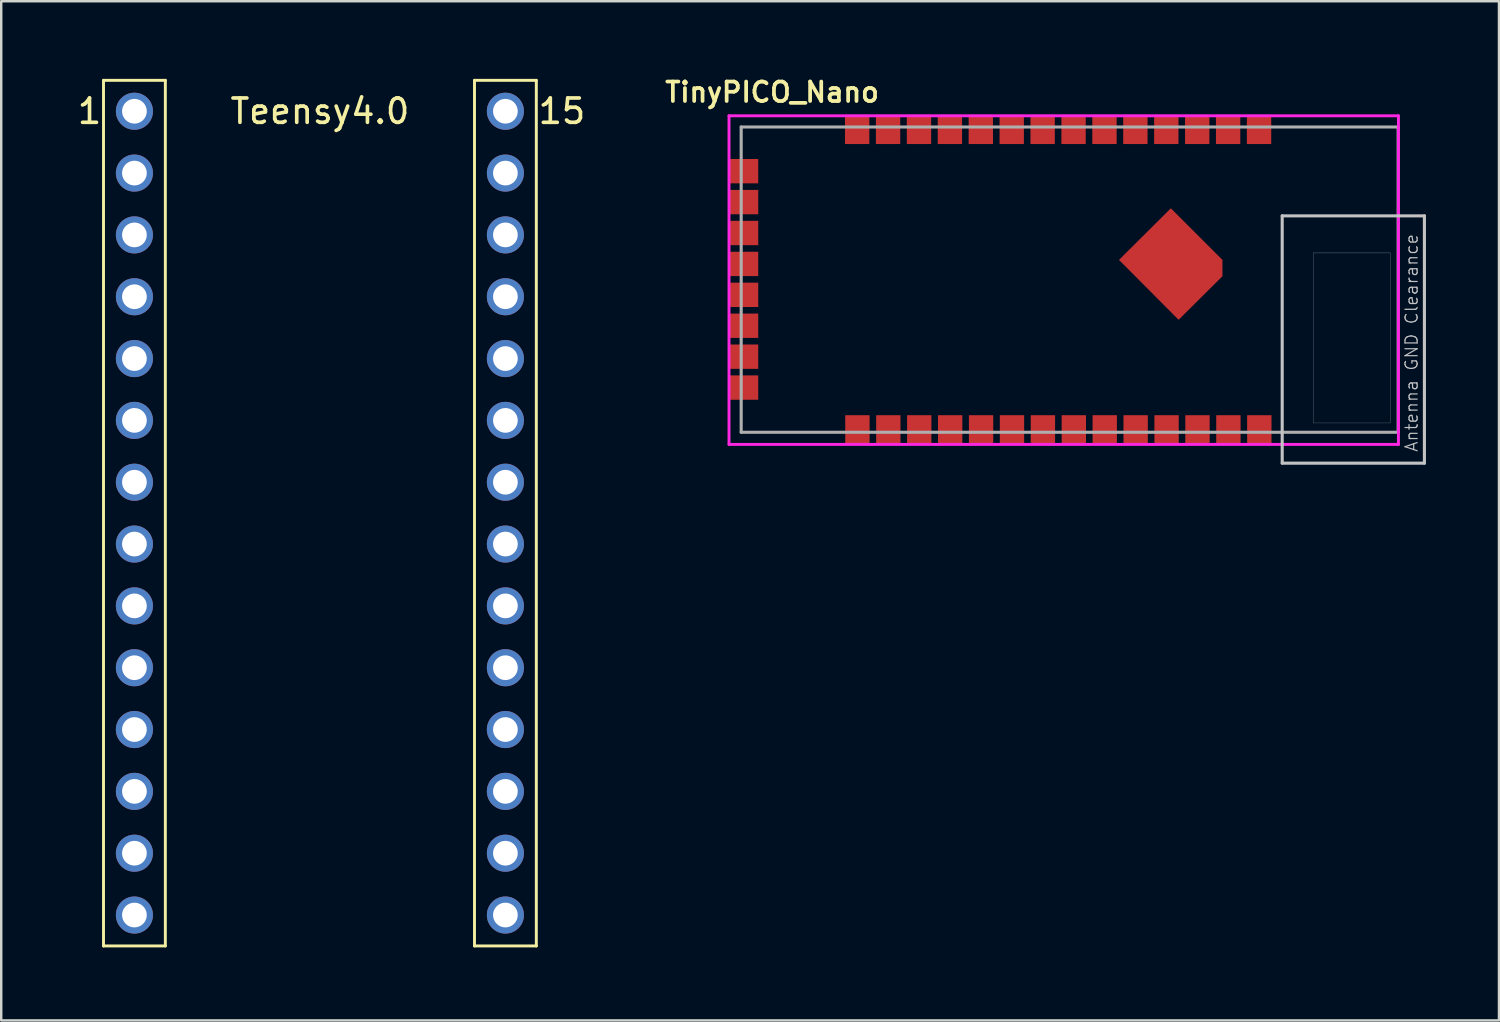
<source format=kicad_pcb>
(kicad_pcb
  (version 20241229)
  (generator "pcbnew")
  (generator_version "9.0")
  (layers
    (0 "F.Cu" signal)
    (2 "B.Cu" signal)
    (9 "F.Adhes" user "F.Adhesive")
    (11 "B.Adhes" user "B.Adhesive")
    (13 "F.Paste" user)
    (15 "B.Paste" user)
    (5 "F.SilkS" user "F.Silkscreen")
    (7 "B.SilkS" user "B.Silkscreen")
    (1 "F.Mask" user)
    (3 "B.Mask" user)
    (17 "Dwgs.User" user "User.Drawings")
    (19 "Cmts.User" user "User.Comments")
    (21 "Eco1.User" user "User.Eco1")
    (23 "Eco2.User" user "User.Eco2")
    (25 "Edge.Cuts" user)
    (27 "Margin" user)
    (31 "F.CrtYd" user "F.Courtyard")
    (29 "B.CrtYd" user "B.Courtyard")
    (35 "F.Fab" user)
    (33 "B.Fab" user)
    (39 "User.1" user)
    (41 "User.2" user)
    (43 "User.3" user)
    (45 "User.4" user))
  (footprint "Teensy4.0"
    (layer "F.Cu")
    (at 1.202 0.25)
    (property "Reference" "Teensy4.0" (at 8.89 1.27 0) (layer "F.SilkS") (effects (font (size 1 1) (thickness 0.15))))
    (attr through_hole)
    (fp_line (start 0 0) (end 2.54 0) (stroke (width 0.12) (type solid)) (layer "F.SilkS"))
    (fp_line (start 0 35.56) (end 0 0) (stroke (width 0.12) (type solid)) (layer "F.SilkS"))
    (fp_line (start 2.54 0) (end 2.54 35.56) (stroke (width 0.12) (type solid)) (layer "F.SilkS"))
    (fp_line (start 2.54 35.56) (end 0 35.56) (stroke (width 0.12) (type solid)) (layer "F.SilkS"))
    (fp_line (start 15.24 0) (end 17.78 0) (stroke (width 0.12) (type solid)) (layer "F.SilkS"))
    (fp_line (start 15.24 35.56) (end 15.24 0) (stroke (width 0.12) (type solid)) (layer "F.SilkS"))
    (fp_line (start 17.78 0) (end 17.78 35.56) (stroke (width 0.12) (type solid)) (layer "F.SilkS"))
    (fp_line (start 17.78 35.56) (end 15.24 35.56) (stroke (width 0.12) (type solid)) (layer "F.SilkS"))
    (fp_text user "15" (at 17.78 1.27 0) (layer "F.SilkS") (effects (font (size 1 1) (thickness 0.15)) (justify left)))
    (fp_text user "1" (at 0 1.27 0) (layer "F.SilkS") (effects (font (size 1 1) (thickness 0.15)) (justify right)))
    (pad "1" thru_hole circle (at 1.27 1.27) (size 1.524 1.524) (drill 1.016) (layers "*.Cu" "*.Mask"))
    (pad "2" thru_hole circle (at 1.27 3.81) (size 1.524 1.524) (drill 1.016) (layers "*.Cu" "*.Mask"))
    (pad "3" thru_hole circle (at 1.27 6.35) (size 1.524 1.524) (drill 1.016) (layers "*.Cu" "*.Mask"))
    (pad "4" thru_hole circle (at 1.27 8.89) (size 1.524 1.524) (drill 1.016) (layers "*.Cu" "*.Mask"))
    (pad "5" thru_hole circle (at 1.27 11.43) (size 1.524 1.524) (drill 1.016) (layers "*.Cu" "*.Mask"))
    (pad "6" thru_hole circle (at 1.27 13.97) (size 1.524 1.524) (drill 1.016) (layers "*.Cu" "*.Mask"))
    (pad "7" thru_hole circle (at 1.27 16.51) (size 1.524 1.524) (drill 1.016) (layers "*.Cu" "*.Mask"))
    (pad "8" thru_hole circle (at 1.27 19.05) (size 1.524 1.524) (drill 1.016) (layers "*.Cu" "*.Mask"))
    (pad "9" thru_hole circle (at 1.27 21.59) (size 1.524 1.524) (drill 1.016) (layers "*.Cu" "*.Mask"))
    (pad "10" thru_hole circle (at 1.27 24.13) (size 1.524 1.524) (drill 1.016) (layers "*.Cu" "*.Mask"))
    (pad "11" thru_hole circle (at 1.27 26.67) (size 1.524 1.524) (drill 1.016) (layers "*.Cu" "*.Mask"))
    (pad "12" thru_hole circle (at 1.27 29.21) (size 1.524 1.524) (drill 1.016) (layers "*.Cu" "*.Mask"))
    (pad "13" thru_hole circle (at 1.27 31.75) (size 1.524 1.524) (drill 1.016) (layers "*.Cu" "*.Mask"))
    (pad "14" thru_hole circle (at 1.27 34.29) (size 1.524 1.524) (drill 1.016) (layers "*.Cu" "*.Mask"))
    (pad "15" thru_hole circle (at 16.51 1.27) (size 1.524 1.524) (drill 1.016) (layers "*.Cu" "*.Mask"))
    (pad "16" thru_hole circle (at 16.51 3.81) (size 1.524 1.524) (drill 1.016) (layers "*.Cu" "*.Mask"))
    (pad "17" thru_hole circle (at 16.51 6.35) (size 1.524 1.524) (drill 1.016) (layers "*.Cu" "*.Mask"))
    (pad "18" thru_hole circle (at 16.51 8.89) (size 1.524 1.524) (drill 1.016) (layers "*.Cu" "*.Mask"))
    (pad "19" thru_hole circle (at 16.51 11.43) (size 1.524 1.524) (drill 1.016) (layers "*.Cu" "*.Mask"))
    (pad "20" thru_hole circle (at 16.51 13.97) (size 1.524 1.524) (drill 1.016) (layers "*.Cu" "*.Mask"))
    (pad "21" thru_hole circle (at 16.51 16.51) (size 1.524 1.524) (drill 1.016) (layers "*.Cu" "*.Mask"))
    (pad "22" thru_hole circle (at 16.51 19.05) (size 1.524 1.524) (drill 1.016) (layers "*.Cu" "*.Mask"))
    (pad "23" thru_hole circle (at 16.51 21.59) (size 1.524 1.524) (drill 1.016) (layers "*.Cu" "*.Mask"))
    (pad "24" thru_hole circle (at 16.51 24.13) (size 1.524 1.524) (drill 1.016) (layers "*.Cu" "*.Mask"))
    (pad "25" thru_hole circle (at 16.51 26.67) (size 1.524 1.524) (drill 1.016) (layers "*.Cu" "*.Mask"))
    (pad "26" thru_hole circle (at 16.51 29.21) (size 1.524 1.524) (drill 1.016) (layers "*.Cu" "*.Mask"))
    (pad "27" thru_hole circle (at 16.51 31.75) (size 1.524 1.524) (drill 1.016) (layers "*.Cu" "*.Mask"))
    (pad "28" thru_hole circle (at 16.51 34.29) (size 1.524 1.524) (drill 1.016) (layers "*.Cu" "*.Mask")))
  (footprint "TinyPICO_Nano"
    (layer "F.Cu")
    (at 27.398 14.707)
    (property "Reference" "TinyPICO_Nano" (at 1.27 -13.97 0) (layer "F.SilkS") (effects (font (size 0.8 0.8) (thickness 0.153))))
    (attr smd)
    (fp_poly (pts (xy 16.383 -7.417) (xy 17.145 -7.417) (xy 17.145 -6.655) (xy 16.383 -6.655)) (stroke (width 0.01) (type solid)) (fill yes) (layer "F.Paste"))
    (fp_poly (pts (xy 17.323 -8.382) (xy 18.085 -8.382) (xy 18.085 -7.62) (xy 17.323 -7.62)) (stroke (width 0.01) (type solid)) (fill yes) (layer "F.Paste"))
    (fp_poly (pts (xy 17.424 -6.299) (xy 18.186 -6.299) (xy 18.186 -5.537) (xy 17.424 -5.537)) (stroke (width 0.01) (type solid)) (fill yes) (layer "F.Paste"))
    (fp_poly (pts (xy 18.44 -7.315) (xy 19.202 -7.315) (xy 19.202 -6.553) (xy 18.44 -6.553)) (stroke (width 0.01) (type solid)) (fill yes) (layer "F.Paste"))
    (fp_line (start 22.225 -8.89) (end 28.067 -8.89) (stroke (width 0.127) (type solid)) (layer "Dwgs.User"))
    (fp_line (start 22.225 1.27) (end 22.225 -8.89) (stroke (width 0.127) (type solid)) (layer "Dwgs.User"))
    (fp_line (start 28.067 -8.89) (end 28.067 1.27) (stroke (width 0.127) (type solid)) (layer "Dwgs.User"))
    (fp_line (start 28.067 1.27) (end 22.225 1.27) (stroke (width 0.127) (type solid)) (layer "Dwgs.User"))
    (fp_line (start -0.5 -13) (end 27 -13) (stroke (width 0.12) (type solid)) (layer "F.CrtYd"))
    (fp_line (start -0.5 0.5) (end -0.5 -13) (stroke (width 0.12) (type solid)) (layer "F.CrtYd"))
    (fp_line (start 27 -13) (end 27 0.5) (stroke (width 0.12) (type solid)) (layer "F.CrtYd"))
    (fp_line (start 27 0.5) (end -0.5 0.5) (stroke (width 0.12) (type solid)) (layer "F.CrtYd"))
    (fp_line (start 0 -12.54) (end 26.988 -12.54) (stroke (width 0.127) (type solid)) (layer "F.Fab"))
    (fp_line (start 0 0) (end 0 -12.54) (stroke (width 0.127) (type solid)) (layer "F.Fab"))
    (fp_line (start 26.988 -12.54) (end 26.988 0) (stroke (width 0.127) (type solid)) (layer "F.Fab"))
    (fp_line (start 26.988 0) (end 0 0) (stroke (width 0.127) (type solid)) (layer "F.Fab"))
    (fp_poly (pts (xy 23.495 -7.366) (xy 26.67 -7.366) (xy 26.67 -0.381) (xy 23.495 -0.381)) (stroke (width 0.01) (type solid)) (fill no) (layer "F.Fab"))
    (fp_text user "Antenna GND Clearance" (at 27.54 -3.67 90) (layer "Dwgs.User") (effects (font (size 0.5 0.5) (thickness 0.05))))
    (pad "1" smd rect (at 0.1 -1.835) (size 1.2 1) (layers "F.Cu" "F.Mask" "F.Paste"))
    (pad "2" smd rect (at 0.1 -3.105) (size 1.2 1) (layers "F.Cu" "F.Mask" "F.Paste"))
    (pad "2" smd custom (at 17.678 -7.036) (size 2.032 2.032) (layers "F.Cu" "F.Mask" "F.Paste") (options (anchor rect)) (primitives (gr_poly (pts (xy 2.092 -0.044) (xy 2.092 0.626) (xy 0.292 2.416) (xy -2.158 -0.044) (xy -0.028 -2.164)) (width 0.0001) (fill yes))))
    (pad "3" smd rect (at 0.1 -4.375) (size 1.2 1) (layers "F.Cu" "F.Mask" "F.Paste"))
    (pad "4" smd rect (at 0.1 -5.645) (size 1.2 1) (layers "F.Cu" "F.Mask" "F.Paste"))
    (pad "5" smd rect (at 0.1 -6.915) (size 1.2 1) (layers "F.Cu" "F.Mask" "F.Paste"))
    (pad "6" smd rect (at 0.1 -8.185) (size 1.2 1) (layers "F.Cu" "F.Mask" "F.Paste"))
    (pad "7" smd rect (at 0.1 -9.455) (size 1.2 1) (layers "F.Cu" "F.Mask" "F.Paste"))
    (pad "8" smd rect (at 0.1 -10.725) (size 1.2 1) (layers "F.Cu" "F.Mask" "F.Paste"))
    (pad "9" smd rect (at 4.764 -12.44) (size 1 1.2) (layers "F.Cu" "F.Mask" "F.Paste"))
    (pad "10" smd rect (at 6.034 -12.44) (size 1 1.2) (layers "F.Cu" "F.Mask" "F.Paste"))
    (pad "11" smd rect (at 7.304 -12.44) (size 1 1.2) (layers "F.Cu" "F.Mask" "F.Paste"))
    (pad "12" smd rect (at 8.574 -12.44) (size 1 1.2) (layers "F.Cu" "F.Mask" "F.Paste"))
    (pad "13" smd rect (at 9.844 -12.44) (size 1 1.2) (layers "F.Cu" "F.Mask" "F.Paste"))
    (pad "14" smd rect (at 11.114 -12.44) (size 1 1.2) (layers "F.Cu" "F.Mask" "F.Paste"))
    (pad "15" smd rect (at 12.384 -12.44) (size 1 1.2) (layers "F.Cu" "F.Mask" "F.Paste"))
    (pad "16" smd rect (at 13.654 -12.44) (size 1 1.2) (layers "F.Cu" "F.Mask" "F.Paste"))
    (pad "17" smd rect (at 14.924 -12.44) (size 1 1.2) (layers "F.Cu" "F.Mask" "F.Paste"))
    (pad "18" smd rect (at 16.194 -12.44) (size 1 1.2) (layers "F.Cu" "F.Mask" "F.Paste"))
    (pad "19" smd rect (at 17.464 -12.44) (size 1 1.2) (layers "F.Cu" "F.Mask" "F.Paste"))
    (pad "20" smd rect (at 18.734 -12.44) (size 1 1.2) (layers "F.Cu" "F.Mask" "F.Paste"))
    (pad "21" smd rect (at 20.004 -12.44) (size 1 1.2) (layers "F.Cu" "F.Mask" "F.Paste"))
    (pad "22" smd rect (at 21.274 -12.44) (size 1 1.2) (layers "F.Cu" "F.Mask" "F.Paste"))
    (pad "23" smd rect (at 4.775 -0.1) (size 1 1.2) (layers "F.Cu" "F.Mask" "F.Paste"))
    (pad "24" smd rect (at 6.045 -0.1) (size 1 1.2) (layers "F.Cu" "F.Mask" "F.Paste"))
    (pad "25" smd rect (at 7.315 -0.1) (size 1 1.2) (layers "F.Cu" "F.Mask" "F.Paste"))
    (pad "26" smd rect (at 8.585 -0.1) (size 1 1.2) (layers "F.Cu" "F.Mask" "F.Paste"))
    (pad "27" smd rect (at 9.855 -0.1) (size 1 1.2) (layers "F.Cu" "F.Mask" "F.Paste"))
    (pad "28" smd rect (at 11.125 -0.1) (size 1 1.2) (layers "F.Cu" "F.Mask" "F.Paste"))
    (pad "29" smd rect (at 12.395 -0.1) (size 1 1.2) (layers "F.Cu" "F.Mask" "F.Paste"))
    (pad "30" smd rect (at 13.665 -0.1) (size 1 1.2) (layers "F.Cu" "F.Mask" "F.Paste"))
    (pad "31" smd rect (at 14.935 -0.1) (size 1 1.2) (layers "F.Cu" "F.Mask" "F.Paste"))
    (pad "32" smd rect (at 16.205 -0.1) (size 1 1.2) (layers "F.Cu" "F.Mask" "F.Paste"))
    (pad "33" smd rect (at 17.475 -0.1) (size 1 1.2) (layers "F.Cu" "F.Mask" "F.Paste"))
    (pad "34" smd rect (at 18.745 -0.1) (size 1 1.2) (layers "F.Cu" "F.Mask" "F.Paste"))
    (pad "35" smd rect (at 20.015 -0.1) (size 1 1.2) (layers "F.Cu" "F.Mask" "F.Paste"))
    (pad "36" smd rect (at 21.285 -0.1) (size 1 1.2) (layers "F.Cu" "F.Mask" "F.Paste")))
  (gr_rect
    (start -3 -3)
    (end 58.528 38.87)
    (stroke (width 0.1) (type default))
    (fill no)
    (layer "Edge.Cuts")))
</source>
